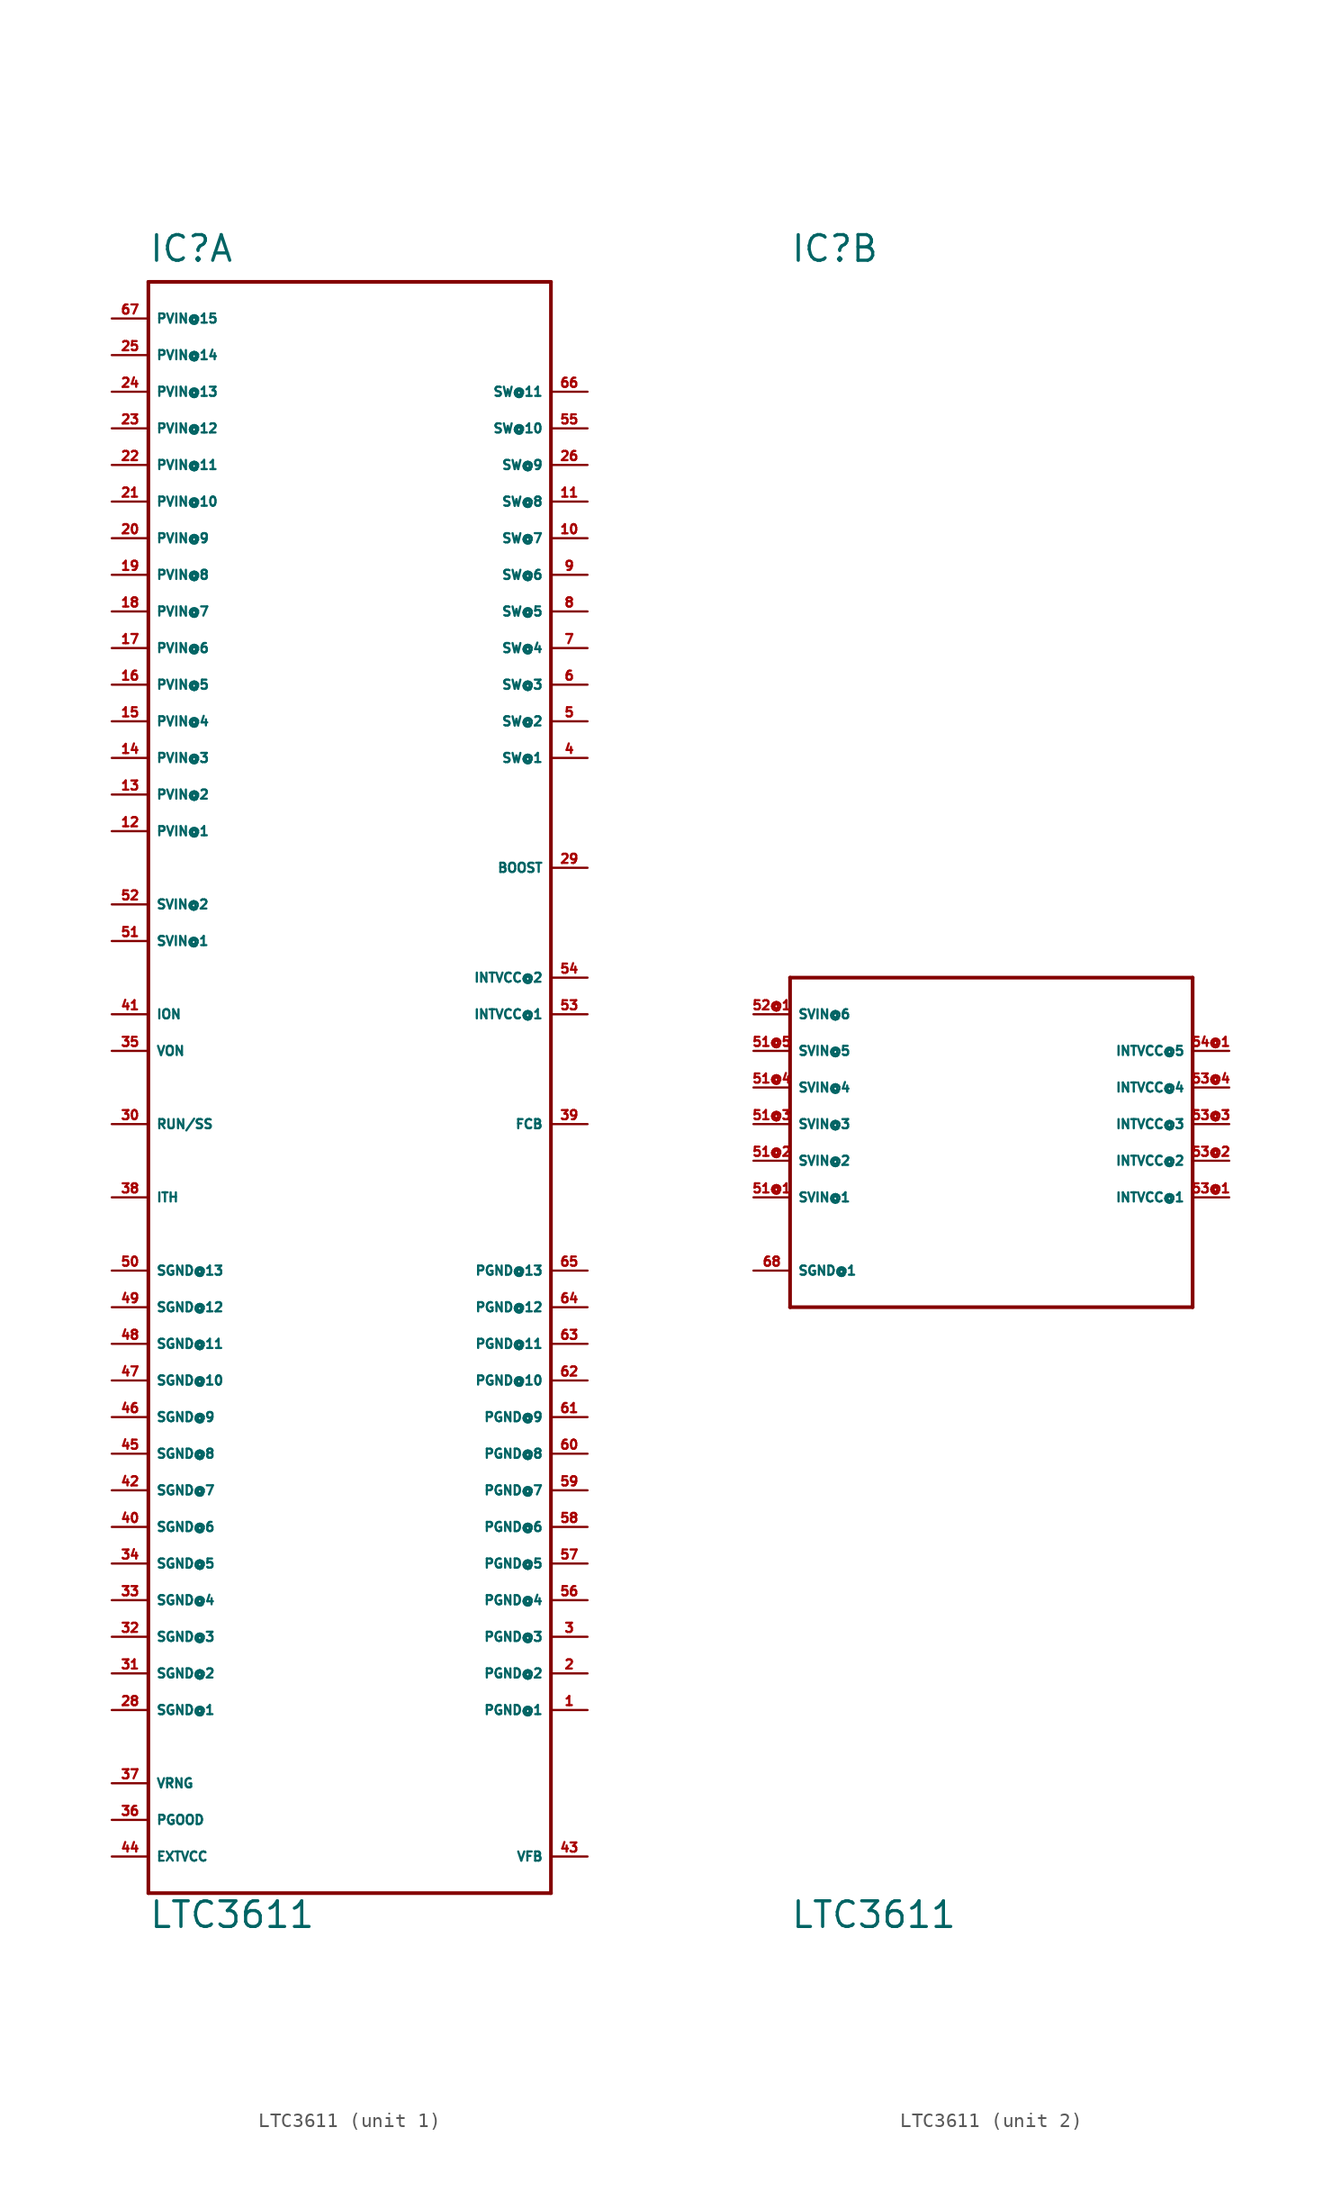
<source format=kicad_sym>
(kicad_symbol_lib
  (version 20220914)
  (generator Eagle2Kicad)
  (symbol "LTC3611"
    (property "Reference" "IC"
      (at -12.7 59.69 0)
      (effects (font (size 1.778 1.778) (thickness 0.22)) (justify left bottom)))
    (property "Value" "LTC3611"
      (at -12.7 -55.88 0)
      (effects (font (size 1.778 1.778) (thickness 0.22)) (justify left bottom)))
    (symbol "LTC3611_1_0"
      (polyline (pts (xy -12.7 58.42) (xy 15.24 58.42)) (stroke (width 0.254) (type default)) (fill (type none)))
      (polyline (pts (xy 15.24 58.42) (xy 15.24 -53.34)) (stroke (width 0.254) (type default)) (fill (type none)))
      (polyline (pts (xy 15.24 -53.34) (xy -12.7 -53.34)) (stroke (width 0.254) (type default)) (fill (type none)))
      (polyline (pts (xy -12.7 -53.34) (xy -12.7 58.42)) (stroke (width 0.254) (type default)) (fill (type none)))
      (pin unspecified line (at 17.78 -40.64 180) (length 2.54) (name "PGND@1" (effects (font (size 0.635 0.635) (thickness 0.08)) (justify left bottom))) (number "1" (effects (font (size 0.635 0.635) (thickness 0.08)) (justify left bottom))))
      (pin unspecified line (at 17.78 -38.1 180) (length 2.54) (name "PGND@2" (effects (font (size 0.635 0.635) (thickness 0.08)) (justify left bottom))) (number "2" (effects (font (size 0.635 0.635) (thickness 0.08)) (justify left bottom))))
      (pin unspecified line (at 17.78 -35.56 180) (length 2.54) (name "PGND@3" (effects (font (size 0.635 0.635) (thickness 0.08)) (justify left bottom))) (number "3" (effects (font (size 0.635 0.635) (thickness 0.08)) (justify left bottom))))
      (pin unspecified line (at 17.78 -33.02 180) (length 2.54) (name "PGND@4" (effects (font (size 0.635 0.635) (thickness 0.08)) (justify left bottom))) (number "56" (effects (font (size 0.635 0.635) (thickness 0.08)) (justify left bottom))))
      (pin unspecified line (at 17.78 -30.48 180) (length 2.54) (name "PGND@5" (effects (font (size 0.635 0.635) (thickness 0.08)) (justify left bottom))) (number "57" (effects (font (size 0.635 0.635) (thickness 0.08)) (justify left bottom))))
      (pin unspecified line (at 17.78 -27.94 180) (length 2.54) (name "PGND@6" (effects (font (size 0.635 0.635) (thickness 0.08)) (justify left bottom))) (number "58" (effects (font (size 0.635 0.635) (thickness 0.08)) (justify left bottom))))
      (pin unspecified line (at 17.78 -25.4 180) (length 2.54) (name "PGND@7" (effects (font (size 0.635 0.635) (thickness 0.08)) (justify left bottom))) (number "59" (effects (font (size 0.635 0.635) (thickness 0.08)) (justify left bottom))))
      (pin unspecified line (at 17.78 -22.86 180) (length 2.54) (name "PGND@8" (effects (font (size 0.635 0.635) (thickness 0.08)) (justify left bottom))) (number "60" (effects (font (size 0.635 0.635) (thickness 0.08)) (justify left bottom))))
      (pin unspecified line (at 17.78 -20.32 180) (length 2.54) (name "PGND@9" (effects (font (size 0.635 0.635) (thickness 0.08)) (justify left bottom))) (number "61" (effects (font (size 0.635 0.635) (thickness 0.08)) (justify left bottom))))
      (pin unspecified line (at 17.78 -17.78 180) (length 2.54) (name "PGND@10" (effects (font (size 0.635 0.635) (thickness 0.08)) (justify left bottom))) (number "62" (effects (font (size 0.635 0.635) (thickness 0.08)) (justify left bottom))))
      (pin unspecified line (at 17.78 -15.24 180) (length 2.54) (name "PGND@11" (effects (font (size 0.635 0.635) (thickness 0.08)) (justify left bottom))) (number "63" (effects (font (size 0.635 0.635) (thickness 0.08)) (justify left bottom))))
      (pin unspecified line (at 17.78 -12.7 180) (length 2.54) (name "PGND@12" (effects (font (size 0.635 0.635) (thickness 0.08)) (justify left bottom))) (number "64" (effects (font (size 0.635 0.635) (thickness 0.08)) (justify left bottom))))
      (pin unspecified line (at -15.24 20.32 0) (length 2.54) (name "PVIN@1" (effects (font (size 0.635 0.635) (thickness 0.08)) (justify left bottom))) (number "12" (effects (font (size 0.635 0.635) (thickness 0.08)) (justify left bottom))))
      (pin unspecified line (at -15.24 22.86 0) (length 2.54) (name "PVIN@2" (effects (font (size 0.635 0.635) (thickness 0.08)) (justify left bottom))) (number "13" (effects (font (size 0.635 0.635) (thickness 0.08)) (justify left bottom))))
      (pin unspecified line (at -15.24 25.4 0) (length 2.54) (name "PVIN@3" (effects (font (size 0.635 0.635) (thickness 0.08)) (justify left bottom))) (number "14" (effects (font (size 0.635 0.635) (thickness 0.08)) (justify left bottom))))
      (pin unspecified line (at -15.24 27.94 0) (length 2.54) (name "PVIN@4" (effects (font (size 0.635 0.635) (thickness 0.08)) (justify left bottom))) (number "15" (effects (font (size 0.635 0.635) (thickness 0.08)) (justify left bottom))))
      (pin unspecified line (at -15.24 30.48 0) (length 2.54) (name "PVIN@5" (effects (font (size 0.635 0.635) (thickness 0.08)) (justify left bottom))) (number "16" (effects (font (size 0.635 0.635) (thickness 0.08)) (justify left bottom))))
      (pin unspecified line (at -15.24 33.02 0) (length 2.54) (name "PVIN@6" (effects (font (size 0.635 0.635) (thickness 0.08)) (justify left bottom))) (number "17" (effects (font (size 0.635 0.635) (thickness 0.08)) (justify left bottom))))
      (pin unspecified line (at -15.24 35.56 0) (length 2.54) (name "PVIN@7" (effects (font (size 0.635 0.635) (thickness 0.08)) (justify left bottom))) (number "18" (effects (font (size 0.635 0.635) (thickness 0.08)) (justify left bottom))))
      (pin unspecified line (at -15.24 38.1 0) (length 2.54) (name "PVIN@8" (effects (font (size 0.635 0.635) (thickness 0.08)) (justify left bottom))) (number "19" (effects (font (size 0.635 0.635) (thickness 0.08)) (justify left bottom))))
      (pin unspecified line (at -15.24 40.64 0) (length 2.54) (name "PVIN@9" (effects (font (size 0.635 0.635) (thickness 0.08)) (justify left bottom))) (number "20" (effects (font (size 0.635 0.635) (thickness 0.08)) (justify left bottom))))
      (pin unspecified line (at -15.24 43.18 0) (length 2.54) (name "PVIN@10" (effects (font (size 0.635 0.635) (thickness 0.08)) (justify left bottom))) (number "21" (effects (font (size 0.635 0.635) (thickness 0.08)) (justify left bottom))))
      (pin unspecified line (at -15.24 45.72 0) (length 2.54) (name "PVIN@11" (effects (font (size 0.635 0.635) (thickness 0.08)) (justify left bottom))) (number "22" (effects (font (size 0.635 0.635) (thickness 0.08)) (justify left bottom))))
      (pin unspecified line (at -15.24 48.26 0) (length 2.54) (name "PVIN@12" (effects (font (size 0.635 0.635) (thickness 0.08)) (justify left bottom))) (number "23" (effects (font (size 0.635 0.635) (thickness 0.08)) (justify left bottom))))
      (pin unspecified line (at -15.24 50.8 0) (length 2.54) (name "PVIN@13" (effects (font (size 0.635 0.635) (thickness 0.08)) (justify left bottom))) (number "24" (effects (font (size 0.635 0.635) (thickness 0.08)) (justify left bottom))))
      (pin unspecified line (at -15.24 53.34 0) (length 2.54) (name "PVIN@14" (effects (font (size 0.635 0.635) (thickness 0.08)) (justify left bottom))) (number "25" (effects (font (size 0.635 0.635) (thickness 0.08)) (justify left bottom))))
      (pin unspecified line (at -15.24 -40.64 0) (length 2.54) (name "SGND@1" (effects (font (size 0.635 0.635) (thickness 0.08)) (justify left bottom))) (number "28" (effects (font (size 0.635 0.635) (thickness 0.08)) (justify left bottom))))
      (pin unspecified line (at -15.24 -38.1 0) (length 2.54) (name "SGND@2" (effects (font (size 0.635 0.635) (thickness 0.08)) (justify left bottom))) (number "31" (effects (font (size 0.635 0.635) (thickness 0.08)) (justify left bottom))))
      (pin unspecified line (at -15.24 -35.56 0) (length 2.54) (name "SGND@3" (effects (font (size 0.635 0.635) (thickness 0.08)) (justify left bottom))) (number "32" (effects (font (size 0.635 0.635) (thickness 0.08)) (justify left bottom))))
      (pin unspecified line (at -15.24 -33.02 0) (length 2.54) (name "SGND@4" (effects (font (size 0.635 0.635) (thickness 0.08)) (justify left bottom))) (number "33" (effects (font (size 0.635 0.635) (thickness 0.08)) (justify left bottom))))
      (pin unspecified line (at -15.24 -30.48 0) (length 2.54) (name "SGND@5" (effects (font (size 0.635 0.635) (thickness 0.08)) (justify left bottom))) (number "34" (effects (font (size 0.635 0.635) (thickness 0.08)) (justify left bottom))))
      (pin unspecified line (at -15.24 -27.94 0) (length 2.54) (name "SGND@6" (effects (font (size 0.635 0.635) (thickness 0.08)) (justify left bottom))) (number "40" (effects (font (size 0.635 0.635) (thickness 0.08)) (justify left bottom))))
      (pin unspecified line (at -15.24 -25.4 0) (length 2.54) (name "SGND@7" (effects (font (size 0.635 0.635) (thickness 0.08)) (justify left bottom))) (number "42" (effects (font (size 0.635 0.635) (thickness 0.08)) (justify left bottom))))
      (pin unspecified line (at -15.24 -22.86 0) (length 2.54) (name "SGND@8" (effects (font (size 0.635 0.635) (thickness 0.08)) (justify left bottom))) (number "45" (effects (font (size 0.635 0.635) (thickness 0.08)) (justify left bottom))))
      (pin unspecified line (at -15.24 -20.32 0) (length 2.54) (name "SGND@9" (effects (font (size 0.635 0.635) (thickness 0.08)) (justify left bottom))) (number "46" (effects (font (size 0.635 0.635) (thickness 0.08)) (justify left bottom))))
      (pin unspecified line (at -15.24 -17.78 0) (length 2.54) (name "SGND@10" (effects (font (size 0.635 0.635) (thickness 0.08)) (justify left bottom))) (number "47" (effects (font (size 0.635 0.635) (thickness 0.08)) (justify left bottom))))
      (pin unspecified line (at -15.24 -15.24 0) (length 2.54) (name "SGND@11" (effects (font (size 0.635 0.635) (thickness 0.08)) (justify left bottom))) (number "48" (effects (font (size 0.635 0.635) (thickness 0.08)) (justify left bottom))))
      (pin unspecified line (at -15.24 -12.7 0) (length 2.54) (name "SGND@12" (effects (font (size 0.635 0.635) (thickness 0.08)) (justify left bottom))) (number "49" (effects (font (size 0.635 0.635) (thickness 0.08)) (justify left bottom))))
      (pin unspecified line (at 17.78 7.62 180) (length 2.54) (name "INTVCC@1" (effects (font (size 0.635 0.635) (thickness 0.08)) (justify left bottom))) (number "53" (effects (font (size 0.635 0.635) (thickness 0.08)) (justify left bottom))))
      (pin unspecified line (at 17.78 10.16 180) (length 2.54) (name "INTVCC@2" (effects (font (size 0.635 0.635) (thickness 0.08)) (justify left bottom))) (number "54" (effects (font (size 0.635 0.635) (thickness 0.08)) (justify left bottom))))
      (pin input line (at 17.78 25.4 180) (length 2.54) (name "SW@1" (effects (font (size 0.635 0.635) (thickness 0.08)) (justify left bottom))) (number "4" (effects (font (size 0.635 0.635) (thickness 0.08)) (justify left bottom))))
      (pin input line (at 17.78 27.94 180) (length 2.54) (name "SW@2" (effects (font (size 0.635 0.635) (thickness 0.08)) (justify left bottom))) (number "5" (effects (font (size 0.635 0.635) (thickness 0.08)) (justify left bottom))))
      (pin input line (at 17.78 30.48 180) (length 2.54) (name "SW@3" (effects (font (size 0.635 0.635) (thickness 0.08)) (justify left bottom))) (number "6" (effects (font (size 0.635 0.635) (thickness 0.08)) (justify left bottom))))
      (pin input line (at 17.78 33.02 180) (length 2.54) (name "SW@4" (effects (font (size 0.635 0.635) (thickness 0.08)) (justify left bottom))) (number "7" (effects (font (size 0.635 0.635) (thickness 0.08)) (justify left bottom))))
      (pin input line (at 17.78 35.56 180) (length 2.54) (name "SW@5" (effects (font (size 0.635 0.635) (thickness 0.08)) (justify left bottom))) (number "8" (effects (font (size 0.635 0.635) (thickness 0.08)) (justify left bottom))))
      (pin input line (at 17.78 38.1 180) (length 2.54) (name "SW@6" (effects (font (size 0.635 0.635) (thickness 0.08)) (justify left bottom))) (number "9" (effects (font (size 0.635 0.635) (thickness 0.08)) (justify left bottom))))
      (pin input line (at 17.78 40.64 180) (length 2.54) (name "SW@7" (effects (font (size 0.635 0.635) (thickness 0.08)) (justify left bottom))) (number "10" (effects (font (size 0.635 0.635) (thickness 0.08)) (justify left bottom))))
      (pin input line (at 17.78 43.18 180) (length 2.54) (name "SW@8" (effects (font (size 0.635 0.635) (thickness 0.08)) (justify left bottom))) (number "11" (effects (font (size 0.635 0.635) (thickness 0.08)) (justify left bottom))))
      (pin input line (at 17.78 45.72 180) (length 2.54) (name "SW@9" (effects (font (size 0.635 0.635) (thickness 0.08)) (justify left bottom))) (number "26" (effects (font (size 0.635 0.635) (thickness 0.08)) (justify left bottom))))
      (pin input line (at 17.78 48.26 180) (length 2.54) (name "SW@10" (effects (font (size 0.635 0.635) (thickness 0.08)) (justify left bottom))) (number "55" (effects (font (size 0.635 0.635) (thickness 0.08)) (justify left bottom))))
      (pin input line (at -15.24 12.7 0) (length 2.54) (name "SVIN@1" (effects (font (size 0.635 0.635) (thickness 0.08)) (justify left bottom))) (number "51" (effects (font (size 0.635 0.635) (thickness 0.08)) (justify left bottom))))
      (pin input line (at -15.24 15.24 0) (length 2.54) (name "SVIN@2" (effects (font (size 0.635 0.635) (thickness 0.08)) (justify left bottom))) (number "52" (effects (font (size 0.635 0.635) (thickness 0.08)) (justify left bottom))))
      (pin input line (at -15.24 -50.8 0) (length 2.54) (name "EXTVCC" (effects (font (size 0.635 0.635) (thickness 0.08)) (justify left bottom))) (number "44" (effects (font (size 0.635 0.635) (thickness 0.08)) (justify left bottom))))
      (pin passive line (at 17.78 -50.8 180) (length 2.54) (name "VFB" (effects (font (size 0.635 0.635) (thickness 0.08)) (justify left bottom))) (number "43" (effects (font (size 0.635 0.635) (thickness 0.08)) (justify left bottom))))
      (pin input line (at -15.24 7.62 0) (length 2.54) (name "ION" (effects (font (size 0.635 0.635) (thickness 0.08)) (justify left bottom))) (number "41" (effects (font (size 0.635 0.635) (thickness 0.08)) (justify left bottom))))
      (pin passive line (at 17.78 0 180) (length 2.54) (name "FCB" (effects (font (size 0.635 0.635) (thickness 0.08)) (justify left bottom))) (number "39" (effects (font (size 0.635 0.635) (thickness 0.08)) (justify left bottom))))
      (pin passive line (at -15.24 -5.08 0) (length 2.54) (name "ITH" (effects (font (size 0.635 0.635) (thickness 0.08)) (justify left bottom))) (number "38" (effects (font (size 0.635 0.635) (thickness 0.08)) (justify left bottom))))
      (pin passive line (at -15.24 -45.72 0) (length 2.54) (name "VRNG" (effects (font (size 0.635 0.635) (thickness 0.08)) (justify left bottom))) (number "37" (effects (font (size 0.635 0.635) (thickness 0.08)) (justify left bottom))))
      (pin open_collector line (at -15.24 -48.26 0) (length 2.54) (name "PGOOD" (effects (font (size 0.635 0.635) (thickness 0.08)) (justify left bottom))) (number "36" (effects (font (size 0.635 0.635) (thickness 0.08)) (justify left bottom))))
      (pin input line (at -15.24 5.08 0) (length 2.54) (name "VON" (effects (font (size 0.635 0.635) (thickness 0.08)) (justify left bottom))) (number "35" (effects (font (size 0.635 0.635) (thickness 0.08)) (justify left bottom))))
      (pin passive line (at -15.24 0 0) (length 2.54) (name "RUN/SS" (effects (font (size 0.635 0.635) (thickness 0.08)) (justify left bottom))) (number "30" (effects (font (size 0.635 0.635) (thickness 0.08)) (justify left bottom))))
      (pin passive line (at 17.78 17.78 180) (length 2.54) (name "BOOST" (effects (font (size 0.635 0.635) (thickness 0.08)) (justify left bottom))) (number "29" (effects (font (size 0.635 0.635) (thickness 0.08)) (justify left bottom))))
      (pin unspecified line (at -15.24 55.88 0) (length 2.54) (name "PVIN@15" (effects (font (size 0.635 0.635) (thickness 0.08)) (justify left bottom))) (number "67" (effects (font (size 0.635 0.635) (thickness 0.08)) (justify left bottom))))
      (pin input line (at 17.78 50.8 180) (length 2.54) (name "SW@11" (effects (font (size 0.635 0.635) (thickness 0.08)) (justify left bottom))) (number "66" (effects (font (size 0.635 0.635) (thickness 0.08)) (justify left bottom))))
      (pin unspecified line (at 17.78 -10.16 180) (length 2.54) (name "PGND@13" (effects (font (size 0.635 0.635) (thickness 0.08)) (justify left bottom))) (number "65" (effects (font (size 0.635 0.635) (thickness 0.08)) (justify left bottom))))
      (pin unspecified line (at -15.24 -10.16 0) (length 2.54) (name "SGND@13" (effects (font (size 0.635 0.635) (thickness 0.08)) (justify left bottom))) (number "50" (effects (font (size 0.635 0.635) (thickness 0.08)) (justify left bottom)))))
    (symbol "LTC3611_2_0"
      (polyline (pts (xy -12.7 10.16) (xy 15.24 10.16)) (stroke (width 0.254) (type default)) (fill (type none)))
      (polyline (pts (xy 15.24 10.16) (xy 15.24 -12.7)) (stroke (width 0.254) (type default)) (fill (type none)))
      (polyline (pts (xy 15.24 -12.7) (xy -12.7 -12.7)) (stroke (width 0.254) (type default)) (fill (type none)))
      (polyline (pts (xy -12.7 -12.7) (xy -12.7 10.16)) (stroke (width 0.254) (type default)) (fill (type none)))
      (pin unspecified line (at -15.24 -10.16 0) (length 2.54) (name "SGND@1" (effects (font (size 0.635 0.635) (thickness 0.08)) (justify left bottom))) (number "68" (effects (font (size 0.635 0.635) (thickness 0.08)) (justify left bottom))))
      (pin input line (at -15.24 7.62 0) (length 2.54) (name "SVIN@6" (effects (font (size 0.635 0.635) (thickness 0.08)) (justify left bottom))) (number "52@1" (effects (font (size 0.635 0.635) (thickness 0.08)) (justify left bottom))))
      (pin unspecified line (at 17.78 -5.08 180) (length 2.54) (name "INTVCC@1" (effects (font (size 0.635 0.635) (thickness 0.08)) (justify left bottom))) (number "53@1" (effects (font (size 0.635 0.635) (thickness 0.08)) (justify left bottom))))
      (pin input line (at -15.24 -5.08 0) (length 2.54) (name "SVIN@1" (effects (font (size 0.635 0.635) (thickness 0.08)) (justify left bottom))) (number "51@1" (effects (font (size 0.635 0.635) (thickness 0.08)) (justify left bottom))))
      (pin input line (at -15.24 -2.54 0) (length 2.54) (name "SVIN@2" (effects (font (size 0.635 0.635) (thickness 0.08)) (justify left bottom))) (number "51@2" (effects (font (size 0.635 0.635) (thickness 0.08)) (justify left bottom))))
      (pin unspecified line (at 17.78 -2.54 180) (length 2.54) (name "INTVCC@2" (effects (font (size 0.635 0.635) (thickness 0.08)) (justify left bottom))) (number "53@2" (effects (font (size 0.635 0.635) (thickness 0.08)) (justify left bottom))))
      (pin unspecified line (at 17.78 0 180) (length 2.54) (name "INTVCC@3" (effects (font (size 0.635 0.635) (thickness 0.08)) (justify left bottom))) (number "53@3" (effects (font (size 0.635 0.635) (thickness 0.08)) (justify left bottom))))
      (pin unspecified line (at 17.78 2.54 180) (length 2.54) (name "INTVCC@4" (effects (font (size 0.635 0.635) (thickness 0.08)) (justify left bottom))) (number "53@4" (effects (font (size 0.635 0.635) (thickness 0.08)) (justify left bottom))))
      (pin input line (at -15.24 0 0) (length 2.54) (name "SVIN@3" (effects (font (size 0.635 0.635) (thickness 0.08)) (justify left bottom))) (number "51@3" (effects (font (size 0.635 0.635) (thickness 0.08)) (justify left bottom))))
      (pin input line (at -15.24 2.54 0) (length 2.54) (name "SVIN@4" (effects (font (size 0.635 0.635) (thickness 0.08)) (justify left bottom))) (number "51@4" (effects (font (size 0.635 0.635) (thickness 0.08)) (justify left bottom))))
      (pin input line (at -15.24 5.08 0) (length 2.54) (name "SVIN@5" (effects (font (size 0.635 0.635) (thickness 0.08)) (justify left bottom))) (number "51@5" (effects (font (size 0.635 0.635) (thickness 0.08)) (justify left bottom))))
      (pin unspecified line (at 17.78 5.08 180) (length 2.54) (name "INTVCC@5" (effects (font (size 0.635 0.635) (thickness 0.08)) (justify left bottom))) (number "54@1" (effects (font (size 0.635 0.635) (thickness 0.08)) (justify left bottom)))))))
</source>
